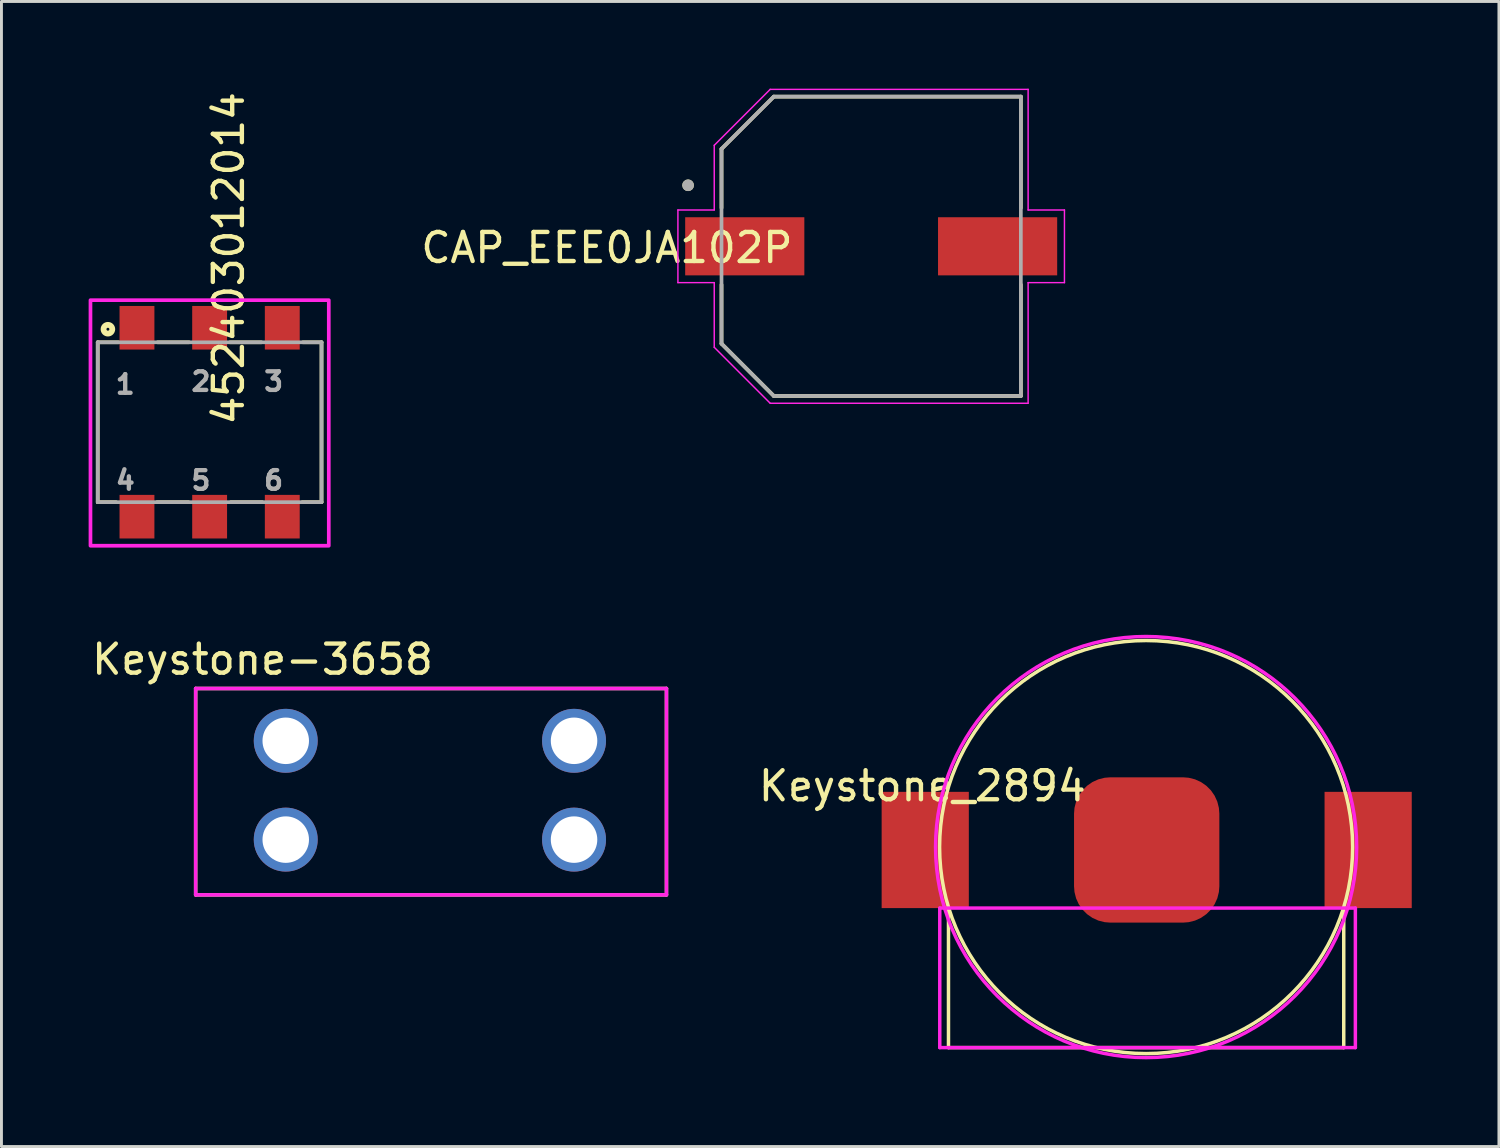
<source format=kicad_pcb>
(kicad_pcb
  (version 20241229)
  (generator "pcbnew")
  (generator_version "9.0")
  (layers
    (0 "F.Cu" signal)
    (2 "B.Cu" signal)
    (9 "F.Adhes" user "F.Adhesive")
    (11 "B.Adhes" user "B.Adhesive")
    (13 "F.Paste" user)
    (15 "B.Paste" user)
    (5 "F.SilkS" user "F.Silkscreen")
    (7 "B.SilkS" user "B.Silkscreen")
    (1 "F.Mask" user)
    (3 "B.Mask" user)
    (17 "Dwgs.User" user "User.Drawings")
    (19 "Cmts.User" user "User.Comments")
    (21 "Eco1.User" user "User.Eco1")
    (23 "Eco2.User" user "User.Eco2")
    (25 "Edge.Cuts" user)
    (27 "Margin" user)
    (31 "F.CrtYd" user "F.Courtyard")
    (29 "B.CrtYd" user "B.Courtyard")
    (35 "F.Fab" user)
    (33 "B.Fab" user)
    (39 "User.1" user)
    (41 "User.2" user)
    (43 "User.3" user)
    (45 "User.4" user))
  (footprint "Keystone-3658"
    (layer "F.Cu")
    (at 6.782 22.44)
    (property "Reference" "Keystone-3658" (at -0.8 -2.8 0) (layer "F.SilkS") (effects (font (size 1 1) (thickness 0.15))))
    (attr through_hole)
    (fp_line (start -3.1 -1.8) (end 13.1 -1.8) (stroke (width 0.12) (type solid)) (layer "F.SilkS"))
    (fp_line (start -3.1 5.3) (end -3.1 -1.8) (stroke (width 0.12) (type solid)) (layer "F.SilkS"))
    (fp_line (start 13.1 -1.8) (end 13.1 5.3) (stroke (width 0.12) (type solid)) (layer "F.SilkS"))
    (fp_line (start 13.1 5.3) (end -3.1 5.3) (stroke (width 0.12) (type solid)) (layer "F.SilkS"))
    (fp_line (start -3.1 -1.8) (end 13.1 -1.8) (stroke (width 0.12) (type solid)) (layer "F.CrtYd"))
    (fp_line (start -3.1 5.3) (end -3.1 -1.8) (stroke (width 0.12) (type solid)) (layer "F.CrtYd"))
    (fp_line (start 13.1 -1.8) (end 13.1 5.3) (stroke (width 0.12) (type solid)) (layer "F.CrtYd"))
    (fp_line (start 13.1 5.3) (end -3.1 5.3) (stroke (width 0.12) (type solid)) (layer "F.CrtYd"))
    (pad "1" thru_hole circle (at 0 0) (size 2.2 2.2) (drill 1.6) (layers "*.Cu" "*.Mask"))
    (pad "1" thru_hole circle (at 0 3.4) (size 2.2 2.2) (drill 1.6) (layers "*.Cu" "*.Mask"))
    (pad "2" thru_hole circle (at 9.92 0) (size 2.2 2.2) (drill 1.6) (layers "*.Cu" "*.Mask"))
    (pad "2" thru_hole circle (at 9.92 3.4) (size 2.2 2.2) (drill 1.6) (layers "*.Cu" "*.Mask")))
  (footprint "Keystone_2894"
    (layer "F.Cu")
    (at 28.786 26.196)
    (property "Reference" "Keystone_2894" (at -0.1 -2.2 0) (layer "F.SilkS") (effects (font (size 1 1) (thickness 0.15))))
    (attr through_hole)
    (fp_line (start 0.8 2) (end 0.8 6.8) (stroke (width 0.12) (type solid)) (layer "F.SilkS"))
    (fp_line (start 14.4 2) (end 14.4 6.8) (stroke (width 0.12) (type solid)) (layer "F.SilkS"))
    (fp_line (start 14.4 6.8) (end 0.8 6.8) (stroke (width 0.12) (type solid)) (layer "F.SilkS"))
    (fp_circle (center 7.6 -0.1) (end 14.7 0.2) (stroke (width 0.12) (type solid)) (fill no) (layer "F.SilkS"))
    (fp_line (start 0.5 2) (end 0.5 6.8) (stroke (width 0.12) (type solid)) (layer "F.CrtYd"))
    (fp_line (start 0.5 6.8) (end 14.8 6.8) (stroke (width 0.12) (type solid)) (layer "F.CrtYd"))
    (fp_line (start 14.8 2) (end 0.5 2) (stroke (width 0.12) (type solid)) (layer "F.CrtYd"))
    (fp_line (start 14.8 6.8) (end 14.8 2) (stroke (width 0.12) (type solid)) (layer "F.CrtYd"))
    (fp_circle (center 7.6 -0.1) (end 8.4 -7.3) (stroke (width 0.12) (type solid)) (fill no) (layer "F.CrtYd"))
    (pad "1" smd rect (at 0 0) (size 3 4) (layers "F.Cu" "F.Mask" "F.Paste"))
    (pad "1" smd rect (at 15.24 0) (size 3 4) (layers "F.Cu" "F.Mask" "F.Paste"))
    (pad "2" smd roundrect (at 7.62 0) (size 5 5) (layers "F.Cu" "F.Mask" "F.Paste") (roundrect_rratio 0.25)))
  (footprint "452403012014"
    (layer "F.Cu")
    (at 4.163 11.478)
    (property "Reference" "452403012014" (at 0.655 -5.637 90) (layer "F.SilkS") (effects (font (size 1 1) (thickness 0.15))))
    (attr through_hole)
    (fp_line (start -3.85 -2.75) (end -3.85 2.75) (stroke (width 0.127) (type solid)) (layer "F.SilkS"))
    (fp_line (start -3.85 2.75) (end -3.22 2.75) (stroke (width 0.127) (type solid)) (layer "F.SilkS"))
    (fp_line (start -3.14 -2.75) (end -3.85 -2.75) (stroke (width 0.127) (type solid)) (layer "F.SilkS"))
    (fp_line (start -1.81 2.75) (end -0.73 2.75) (stroke (width 0.127) (type solid)) (layer "F.SilkS"))
    (fp_line (start -1.79 -2.75) (end -0.71 -2.75) (stroke (width 0.127) (type solid)) (layer "F.SilkS"))
    (fp_line (start 0.7 -2.75) (end 1.78 -2.75) (stroke (width 0.127) (type solid)) (layer "F.SilkS"))
    (fp_line (start 0.73 2.75) (end 1.81 2.75) (stroke (width 0.127) (type solid)) (layer "F.SilkS"))
    (fp_line (start 3.21 -2.75) (end 3.85 -2.75) (stroke (width 0.127) (type solid)) (layer "F.SilkS"))
    (fp_line (start 3.85 -2.75) (end 3.85 2.75) (stroke (width 0.127) (type solid)) (layer "F.SilkS"))
    (fp_line (start 3.85 2.75) (end 3.19 2.75) (stroke (width 0.127) (type solid)) (layer "F.SilkS"))
    (fp_circle (center -3.5 -3.2) (end -3.45 -3.2) (stroke (width 0.2) (type solid)) (fill no) (layer "F.SilkS"))
    (fp_poly (pts (xy -4.1 -4.2) (xy 4.1 -4.2) (xy 4.1 4.25) (xy -4.1 4.25)) (stroke (width 0.127) (type solid)) (fill no) (layer "F.CrtYd"))
    (fp_line (start -3.85 -2.75) (end 3.85 -2.75) (stroke (width 0.127) (type solid)) (layer "F.Fab"))
    (fp_line (start -3.85 2.75) (end -3.85 -2.75) (stroke (width 0.127) (type solid)) (layer "F.Fab"))
    (fp_line (start 3.85 -2.75) (end 3.85 2.75) (stroke (width 0.127) (type solid)) (layer "F.Fab"))
    (fp_line (start 3.85 2.75) (end -3.85 2.75) (stroke (width 0.127) (type solid)) (layer "F.Fab"))
    (fp_text user "4" (at -2.901 2.001 180) (layer "F.Fab") (effects (font (size 0.64 0.64) (thickness 0.15))))
    (fp_text user "1" (at -2.905 -1.302 180) (layer "F.Fab") (effects (font (size 0.641 0.641) (thickness 0.15))))
    (fp_text user "6" (at 2.201 2 180) (layer "F.Fab") (effects (font (size 0.64 0.64) (thickness 0.15))))
    (fp_text user "5" (at -0.3 2.002 180) (layer "F.Fab") (effects (font (size 0.641 0.641) (thickness 0.15))))
    (fp_text user "2" (at -0.3 -1.4 180) (layer "F.Fab") (effects (font (size 0.64 0.64) (thickness 0.15))))
    (fp_text user "3" (at 2.201 -1.401 180) (layer "F.Fab") (effects (font (size 0.64 0.64) (thickness 0.15))))
    (pad "1" smd rect (at -2.5 -3.25) (size 1.2 1.5) (layers "F.Cu" "F.Mask" "F.Paste"))
    (pad "2" smd rect (at 0 -3.25) (size 1.2 1.5) (layers "F.Cu" "F.Mask" "F.Paste"))
    (pad "3" smd rect (at 2.5 -3.25) (size 1.2 1.5) (layers "F.Cu" "F.Mask" "F.Paste"))
    (pad "4" smd rect (at -2.5 3.25) (size 1.2 1.5) (layers "F.Cu" "F.Mask" "F.Paste"))
    (pad "5" smd rect (at 0 3.25) (size 1.2 1.5) (layers "F.Cu" "F.Mask" "F.Paste"))
    (pad "6" smd rect (at 2.5 3.25) (size 1.2 1.5) (layers "F.Cu" "F.Mask" "F.Paste")))
  (footprint "CAP_EEE0JA102P"
    (layer "F.Cu")
    (at 26.926 5.425)
    (property "Reference" "CAP_EEE0JA102P" (at -9.093 0.051 0) (layer "F.SilkS") (effects (font (size 1 1) (thickness 0.15))))
    (attr through_hole)
    (fp_line (start -5.15 -3.35) (end -5.15 -1.32) (stroke (width 0.127) (type solid)) (layer "F.SilkS"))
    (fp_line (start -5.15 1.32) (end -5.15 3.35) (stroke (width 0.127) (type solid)) (layer "F.SilkS"))
    (fp_line (start -5.15 3.35) (end -3.35 5.15) (stroke (width 0.127) (type solid)) (layer "F.SilkS"))
    (fp_line (start -3.35 -5.15) (end -5.15 -3.35) (stroke (width 0.127) (type solid)) (layer "F.SilkS"))
    (fp_line (start -3.35 5.15) (end 5.15 5.15) (stroke (width 0.127) (type solid)) (layer "F.SilkS"))
    (fp_line (start 5.15 -5.15) (end -3.35 -5.15) (stroke (width 0.127) (type solid)) (layer "F.SilkS"))
    (fp_line (start 5.15 -1.32) (end 5.15 -5.15) (stroke (width 0.127) (type solid)) (layer "F.SilkS"))
    (fp_line (start 5.15 5.15) (end 5.15 1.32) (stroke (width 0.127) (type solid)) (layer "F.SilkS"))
    (fp_circle (center -6.3 -2.1) (end -6.2 -2.1) (stroke (width 0.2) (type solid)) (fill no) (layer "F.SilkS"))
    (fp_line (start -6.65 -1.25) (end -5.4 -1.25) (stroke (width 0.05) (type solid)) (layer "F.CrtYd"))
    (fp_line (start -6.65 1.25) (end -6.65 -1.25) (stroke (width 0.05) (type solid)) (layer "F.CrtYd"))
    (fp_line (start -5.4 -3.475) (end -3.475 -5.4) (stroke (width 0.05) (type solid)) (layer "F.CrtYd"))
    (fp_line (start -5.4 -1.25) (end -5.4 -3.475) (stroke (width 0.05) (type solid)) (layer "F.CrtYd"))
    (fp_line (start -5.4 1.25) (end -6.65 1.25) (stroke (width 0.05) (type solid)) (layer "F.CrtYd"))
    (fp_line (start -5.4 3.475) (end -5.4 1.25) (stroke (width 0.05) (type solid)) (layer "F.CrtYd"))
    (fp_line (start -3.475 -5.4) (end 5.4 -5.4) (stroke (width 0.05) (type solid)) (layer "F.CrtYd"))
    (fp_line (start -3.475 5.4) (end -5.4 3.475) (stroke (width 0.05) (type solid)) (layer "F.CrtYd"))
    (fp_line (start 5.4 -5.4) (end 5.4 -1.25) (stroke (width 0.05) (type solid)) (layer "F.CrtYd"))
    (fp_line (start 5.4 -1.25) (end 6.65 -1.25) (stroke (width 0.05) (type solid)) (layer "F.CrtYd"))
    (fp_line (start 5.4 1.25) (end 5.4 5.4) (stroke (width 0.05) (type solid)) (layer "F.CrtYd"))
    (fp_line (start 5.4 5.4) (end -3.475 5.4) (stroke (width 0.05) (type solid)) (layer "F.CrtYd"))
    (fp_line (start 6.65 -1.25) (end 6.65 1.25) (stroke (width 0.05) (type solid)) (layer "F.CrtYd"))
    (fp_line (start 6.65 1.25) (end 5.4 1.25) (stroke (width 0.05) (type solid)) (layer "F.CrtYd"))
    (fp_line (start -5.15 -3.35) (end -5.15 3.35) (stroke (width 0.127) (type solid)) (layer "F.Fab"))
    (fp_line (start -5.15 3.35) (end -3.35 5.15) (stroke (width 0.127) (type solid)) (layer "F.Fab"))
    (fp_line (start -3.35 -5.15) (end -5.15 -3.35) (stroke (width 0.127) (type solid)) (layer "F.Fab"))
    (fp_line (start -3.35 5.15) (end 5.15 5.15) (stroke (width 0.127) (type solid)) (layer "F.Fab"))
    (fp_line (start 5.15 -5.15) (end -3.35 -5.15) (stroke (width 0.127) (type solid)) (layer "F.Fab"))
    (fp_line (start 5.15 5.15) (end 5.15 -5.15) (stroke (width 0.127) (type solid)) (layer "F.Fab"))
    (fp_circle (center -6.3 -2.1) (end -6.2 -2.1) (stroke (width 0.2) (type solid)) (fill no) (layer "F.Fab"))
    (pad "1" smd rect (at -4.35 0) (size 4.1 2) (layers "F.Cu" "F.Mask" "F.Paste"))
    (pad "2" smd rect (at 4.35 0) (size 4.1 2) (layers "F.Cu" "F.Mask" "F.Paste")))
  (gr_rect
    (start -3 -3)
    (end 48.526 36.4)
    (stroke (width 0.1) (type default))
    (fill no)
    (layer "Edge.Cuts")))
</source>
